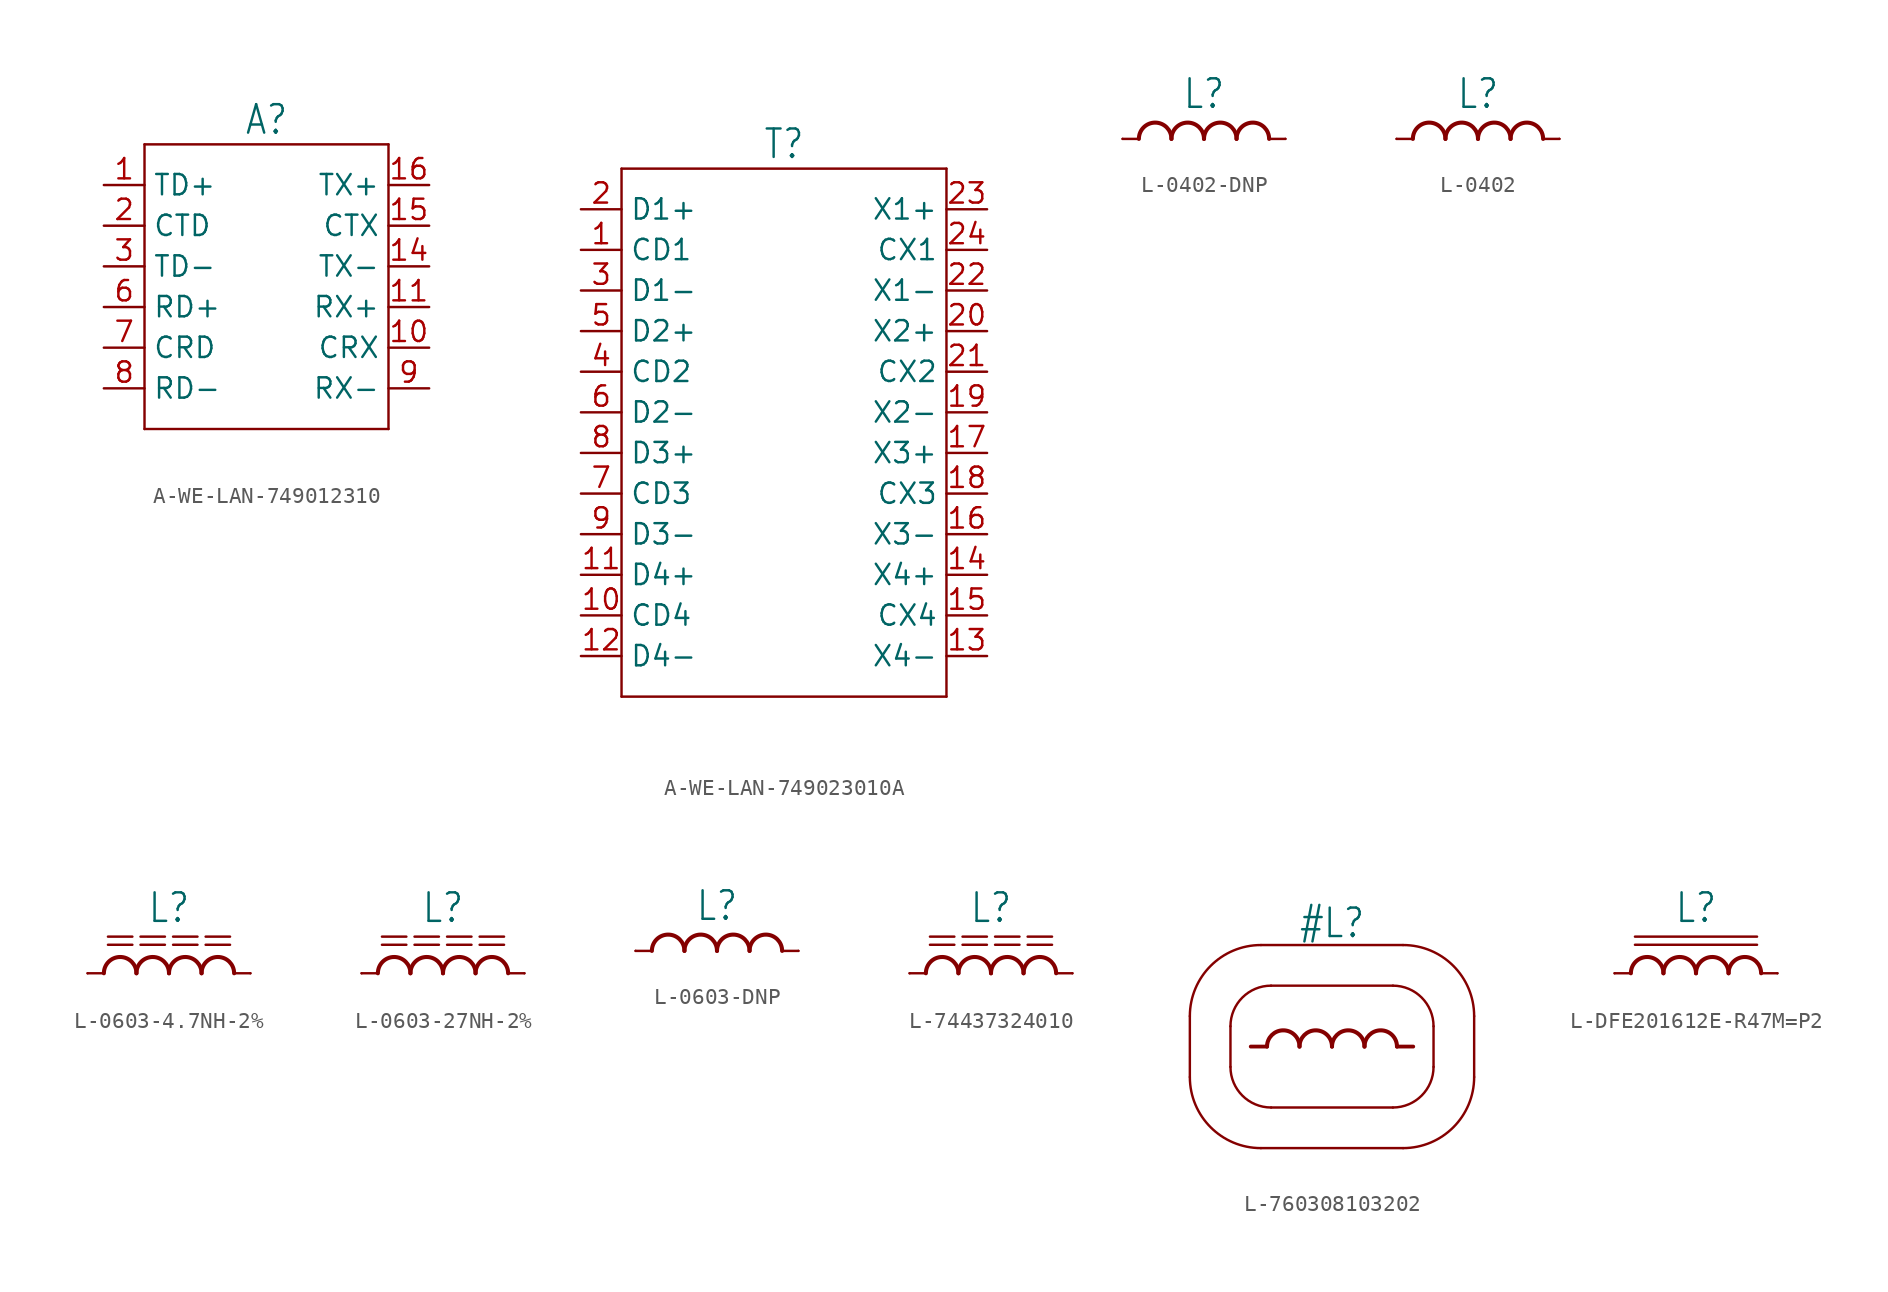
<source format=kicad_sym>
(kicad_symbol_lib
  (version 20231120)
  (generator "kicad_symbol_editor")
  (generator_version "8.0")
  (symbol "A-WE-LAN-749012310"
    (property "Reference" "A"
      (at 0 8.128 0)
      (effects (font (size 1.778 1.511)) (justify bottom)))
    (property "Value" ""
      (at 0 -10.668 0)
      (effects (font (size 1.676 1.425)) (justify top)))
    (property "ki_locked" ""
      (at 0 0 0)
      (effects (font (size 1.27 1.27))))
    (symbol "A-WE-LAN-749012310_1_0"
      (polyline (pts (xy -7.62 -10.16) (xy -7.62 7.62)) (stroke (width 0.152) (type solid)) (fill (type none)))
      (polyline (pts (xy -7.62 7.62) (xy 7.62 7.62)) (stroke (width 0.152) (type solid)) (fill (type none)))
      (polyline (pts (xy 7.62 -10.16) (xy -7.62 -10.16)) (stroke (width 0.152) (type solid)) (fill (type none)))
      (polyline (pts (xy 7.62 7.62) (xy 7.62 -10.16)) (stroke (width 0.152) (type solid)) (fill (type none)))
      (pin bidirectional line (at -10.16 5.08 0) (length 2.54) (name "TD+" (effects (font (size 1.27 1.27)))) (number "1" (effects (font (size 1.27 1.27)))))
      (pin bidirectional line (at 10.16 -5.08 180) (length 2.54) (name "CRX" (effects (font (size 1.27 1.27)))) (number "10" (effects (font (size 1.27 1.27)))))
      (pin bidirectional line (at 10.16 -2.54 180) (length 2.54) (name "RX+" (effects (font (size 1.27 1.27)))) (number "11" (effects (font (size 1.27 1.27)))))
      (pin bidirectional line (at 10.16 0 180) (length 2.54) (name "TX-" (effects (font (size 1.27 1.27)))) (number "14" (effects (font (size 1.27 1.27)))))
      (pin bidirectional line (at 10.16 2.54 180) (length 2.54) (name "CTX" (effects (font (size 1.27 1.27)))) (number "15" (effects (font (size 1.27 1.27)))))
      (pin bidirectional line (at 10.16 5.08 180) (length 2.54) (name "TX+" (effects (font (size 1.27 1.27)))) (number "16" (effects (font (size 1.27 1.27)))))
      (pin bidirectional line (at -10.16 2.54 0) (length 2.54) (name "CTD" (effects (font (size 1.27 1.27)))) (number "2" (effects (font (size 1.27 1.27)))))
      (pin bidirectional line (at -10.16 0 0) (length 2.54) (name "TD-" (effects (font (size 1.27 1.27)))) (number "3" (effects (font (size 1.27 1.27)))))
      (pin bidirectional line (at -10.16 -2.54 0) (length 2.54) (name "RD+" (effects (font (size 1.27 1.27)))) (number "6" (effects (font (size 1.27 1.27)))))
      (pin bidirectional line (at -10.16 -5.08 0) (length 2.54) (name "CRD" (effects (font (size 1.27 1.27)))) (number "7" (effects (font (size 1.27 1.27)))))
      (pin bidirectional line (at -10.16 -7.62 0) (length 2.54) (name "RD-" (effects (font (size 1.27 1.27)))) (number "8" (effects (font (size 1.27 1.27)))))
      (pin bidirectional line (at 10.16 -7.62 180) (length 2.54) (name "RX-" (effects (font (size 1.27 1.27)))) (number "9" (effects (font (size 1.27 1.27)))))))
  (symbol "A-WE-LAN-749023010A"
    (property "Reference" "T"
      (at 0 15.748 0)
      (effects (font (size 1.778 1.511)) (justify bottom)))
    (property "Value" ""
      (at 0 -18.288 0)
      (effects (font (size 1.676 1.425)) (justify top)))
    (property "ki_locked" ""
      (at 0 0 0)
      (effects (font (size 1.27 1.27))))
    (symbol "A-WE-LAN-749023010A_1_0"
      (polyline (pts (xy -10.16 -17.78) (xy -10.16 15.24)) (stroke (width 0.152) (type solid)) (fill (type none)))
      (polyline (pts (xy -10.16 15.24) (xy 10.16 15.24)) (stroke (width 0.152) (type solid)) (fill (type none)))
      (polyline (pts (xy 10.16 -17.78) (xy -10.16 -17.78)) (stroke (width 0.152) (type solid)) (fill (type none)))
      (polyline (pts (xy 10.16 15.24) (xy 10.16 -17.78)) (stroke (width 0.152) (type solid)) (fill (type none)))
      (pin bidirectional line (at -12.7 10.16 0) (length 2.54) (name "CD1" (effects (font (size 1.27 1.27)))) (number "1" (effects (font (size 1.27 1.27)))))
      (pin bidirectional line (at -12.7 -12.7 0) (length 2.54) (name "CD4" (effects (font (size 1.27 1.27)))) (number "10" (effects (font (size 1.27 1.27)))))
      (pin bidirectional line (at -12.7 -10.16 0) (length 2.54) (name "D4+" (effects (font (size 1.27 1.27)))) (number "11" (effects (font (size 1.27 1.27)))))
      (pin bidirectional line (at -12.7 -15.24 0) (length 2.54) (name "D4-" (effects (font (size 1.27 1.27)))) (number "12" (effects (font (size 1.27 1.27)))))
      (pin bidirectional line (at 12.7 -15.24 180) (length 2.54) (name "X4-" (effects (font (size 1.27 1.27)))) (number "13" (effects (font (size 1.27 1.27)))))
      (pin bidirectional line (at 12.7 -10.16 180) (length 2.54) (name "X4+" (effects (font (size 1.27 1.27)))) (number "14" (effects (font (size 1.27 1.27)))))
      (pin bidirectional line (at 12.7 -12.7 180) (length 2.54) (name "CX4" (effects (font (size 1.27 1.27)))) (number "15" (effects (font (size 1.27 1.27)))))
      (pin bidirectional line (at 12.7 -7.62 180) (length 2.54) (name "X3-" (effects (font (size 1.27 1.27)))) (number "16" (effects (font (size 1.27 1.27)))))
      (pin bidirectional line (at 12.7 -2.54 180) (length 2.54) (name "X3+" (effects (font (size 1.27 1.27)))) (number "17" (effects (font (size 1.27 1.27)))))
      (pin bidirectional line (at 12.7 -5.08 180) (length 2.54) (name "CX3" (effects (font (size 1.27 1.27)))) (number "18" (effects (font (size 1.27 1.27)))))
      (pin bidirectional line (at 12.7 0 180) (length 2.54) (name "X2-" (effects (font (size 1.27 1.27)))) (number "19" (effects (font (size 1.27 1.27)))))
      (pin bidirectional line (at -12.7 12.7 0) (length 2.54) (name "D1+" (effects (font (size 1.27 1.27)))) (number "2" (effects (font (size 1.27 1.27)))))
      (pin bidirectional line (at 12.7 5.08 180) (length 2.54) (name "X2+" (effects (font (size 1.27 1.27)))) (number "20" (effects (font (size 1.27 1.27)))))
      (pin bidirectional line (at 12.7 2.54 180) (length 2.54) (name "CX2" (effects (font (size 1.27 1.27)))) (number "21" (effects (font (size 1.27 1.27)))))
      (pin bidirectional line (at 12.7 7.62 180) (length 2.54) (name "X1-" (effects (font (size 1.27 1.27)))) (number "22" (effects (font (size 1.27 1.27)))))
      (pin bidirectional line (at 12.7 12.7 180) (length 2.54) (name "X1+" (effects (font (size 1.27 1.27)))) (number "23" (effects (font (size 1.27 1.27)))))
      (pin bidirectional line (at 12.7 10.16 180) (length 2.54) (name "CX1" (effects (font (size 1.27 1.27)))) (number "24" (effects (font (size 1.27 1.27)))))
      (pin bidirectional line (at -12.7 7.62 0) (length 2.54) (name "D1-" (effects (font (size 1.27 1.27)))) (number "3" (effects (font (size 1.27 1.27)))))
      (pin bidirectional line (at -12.7 2.54 0) (length 2.54) (name "CD2" (effects (font (size 1.27 1.27)))) (number "4" (effects (font (size 1.27 1.27)))))
      (pin bidirectional line (at -12.7 5.08 0) (length 2.54) (name "D2+" (effects (font (size 1.27 1.27)))) (number "5" (effects (font (size 1.27 1.27)))))
      (pin bidirectional line (at -12.7 0 0) (length 2.54) (name "D2-" (effects (font (size 1.27 1.27)))) (number "6" (effects (font (size 1.27 1.27)))))
      (pin bidirectional line (at -12.7 -5.08 0) (length 2.54) (name "CD3" (effects (font (size 1.27 1.27)))) (number "7" (effects (font (size 1.27 1.27)))))
      (pin bidirectional line (at -12.7 -2.54 0) (length 2.54) (name "D3+" (effects (font (size 1.27 1.27)))) (number "8" (effects (font (size 1.27 1.27)))))
      (pin bidirectional line (at -12.7 -7.62 0) (length 2.54) (name "D3-" (effects (font (size 1.27 1.27)))) (number "9" (effects (font (size 1.27 1.27)))))))
  (symbol "L-0402-DNP"
    (property "Reference" "L"
      (at 0 1.778 0)
      (effects (font (size 1.778 1.511)) (justify bottom)))
    (property "Value" ""
      (at 0 -0.762 0)
      (effects (font (size 1.778 1.511)) (justify top)))
    (property "ki_locked" ""
      (at 0 0 0)
      (effects (font (size 1.27 1.27))))
    (symbol "L-0402-DNP_1_0"
      (arc (start -2.032 0) (mid -3.048 1.016) (end -4.064 0) (stroke (width 0.254) (type solid)) (fill (type none)))
      (arc (start 0 0) (mid -1.016 1.016) (end -2.032 0) (stroke (width 0.254) (type solid)) (fill (type none)))
      (polyline (pts (xy -5.08 0) (xy -4.064 0)) (stroke (width 0.152) (type solid)) (fill (type none)))
      (polyline (pts (xy 4.064 0) (xy 5.08 0)) (stroke (width 0.152) (type solid)) (fill (type none)))
      (arc (start 2.032 0) (mid 1.016 1.016) (end 0 0) (stroke (width 0.254) (type solid)) (fill (type none)))
      (arc (start 4.064 0) (mid 3.048 1.016) (end 2.032 0) (stroke (width 0.254) (type solid)) (fill (type none)))
      (pin passive line (at -5.08 0 0) (length 0) (name "1" (effects (font (size 0 0)))) (number "1" (effects (font (size 0 0)))))
      (pin passive line (at 5.08 0 180) (length 0) (name "2" (effects (font (size 0 0)))) (number "2" (effects (font (size 0 0)))))))
  (symbol "L-0402"
    (property "Reference" "L"
      (at 0 1.778 0)
      (effects (font (size 1.778 1.511)) (justify bottom)))
    (property "Value" ""
      (at 0 -0.762 0)
      (effects (font (size 1.778 1.511)) (justify top)))
    (property "ki_locked" ""
      (at 0 0 0)
      (effects (font (size 1.27 1.27))))
    (symbol "L-0402_1_0"
      (arc (start -2.032 0) (mid -3.048 1.016) (end -4.064 0) (stroke (width 0.254) (type solid)) (fill (type none)))
      (arc (start 0 0) (mid -1.016 1.016) (end -2.032 0) (stroke (width 0.254) (type solid)) (fill (type none)))
      (polyline (pts (xy -5.08 0) (xy -4.064 0)) (stroke (width 0.152) (type solid)) (fill (type none)))
      (polyline (pts (xy 4.064 0) (xy 5.08 0)) (stroke (width 0.152) (type solid)) (fill (type none)))
      (arc (start 2.032 0) (mid 1.016 1.016) (end 0 0) (stroke (width 0.254) (type solid)) (fill (type none)))
      (arc (start 4.064 0) (mid 3.048 1.016) (end 2.032 0) (stroke (width 0.254) (type solid)) (fill (type none)))
      (pin passive line (at -5.08 0 0) (length 0) (name "1" (effects (font (size 0 0)))) (number "1" (effects (font (size 0 0)))))
      (pin passive line (at 5.08 0 180) (length 0) (name "2" (effects (font (size 0 0)))) (number "2" (effects (font (size 0 0)))))))
  (symbol "L-0603-4.7NH-2%"
    (property "Reference" "L"
      (at 0 3.048 0)
      (effects (font (size 1.778 1.511)) (justify bottom)))
    (property "Value" ""
      (at 0 -0.762 0)
      (effects (font (size 1.778 1.511)) (justify top)))
    (property "ki_locked" ""
      (at 0 0 0)
      (effects (font (size 1.27 1.27))))
    (symbol "L-0603-4.7NH-2%_1_0"
      (arc (start -2.032 0) (mid -3.048 1.016) (end -4.064 0) (stroke (width 0.254) (type solid)) (fill (type none)))
      (arc (start 0 0) (mid -1.016 1.016) (end -2.032 0) (stroke (width 0.254) (type solid)) (fill (type none)))
      (polyline (pts (xy -5.08 0) (xy -4.064 0)) (stroke (width 0.152) (type solid)) (fill (type none)))
      (polyline (pts (xy -3.81 1.778) (xy -2.286 1.778)) (stroke (width 0.152) (type solid)) (fill (type none)))
      (polyline (pts (xy -3.81 2.286) (xy -2.286 2.286)) (stroke (width 0.152) (type solid)) (fill (type none)))
      (polyline (pts (xy -1.778 1.778) (xy -0.254 1.778)) (stroke (width 0.152) (type solid)) (fill (type none)))
      (polyline (pts (xy -1.778 2.286) (xy -0.254 2.286)) (stroke (width 0.152) (type solid)) (fill (type none)))
      (polyline (pts (xy 0.254 1.778) (xy 1.778 1.778)) (stroke (width 0.152) (type solid)) (fill (type none)))
      (polyline (pts (xy 0.254 2.286) (xy 1.778 2.286)) (stroke (width 0.152) (type solid)) (fill (type none)))
      (polyline (pts (xy 2.286 1.778) (xy 3.81 1.778)) (stroke (width 0.152) (type solid)) (fill (type none)))
      (polyline (pts (xy 2.286 2.286) (xy 3.81 2.286)) (stroke (width 0.152) (type solid)) (fill (type none)))
      (polyline (pts (xy 4.064 0) (xy 5.08 0)) (stroke (width 0.152) (type solid)) (fill (type none)))
      (arc (start 2.032 0) (mid 1.016 1.016) (end 0 0) (stroke (width 0.254) (type solid)) (fill (type none)))
      (arc (start 4.064 0) (mid 3.048 1.016) (end 2.032 0) (stroke (width 0.254) (type solid)) (fill (type none)))
      (pin passive line (at -5.08 0 0) (length 0) (name "1" (effects (font (size 0 0)))) (number "1" (effects (font (size 0 0)))))
      (pin passive line (at 5.08 0 180) (length 0) (name "2" (effects (font (size 0 0)))) (number "2" (effects (font (size 0 0)))))))
  (symbol "L-0603-27NH-2%"
    (property "Reference" "L"
      (at 0 3.048 0)
      (effects (font (size 1.778 1.511)) (justify bottom)))
    (property "Value" ""
      (at 0 -0.762 0)
      (effects (font (size 1.778 1.511)) (justify top)))
    (property "ki_locked" ""
      (at 0 0 0)
      (effects (font (size 1.27 1.27))))
    (symbol "L-0603-27NH-2%_1_0"
      (arc (start -2.032 0) (mid -3.048 1.016) (end -4.064 0) (stroke (width 0.254) (type solid)) (fill (type none)))
      (arc (start 0 0) (mid -1.016 1.016) (end -2.032 0) (stroke (width 0.254) (type solid)) (fill (type none)))
      (polyline (pts (xy -5.08 0) (xy -4.064 0)) (stroke (width 0.152) (type solid)) (fill (type none)))
      (polyline (pts (xy -3.81 1.778) (xy -2.286 1.778)) (stroke (width 0.152) (type solid)) (fill (type none)))
      (polyline (pts (xy -3.81 2.286) (xy -2.286 2.286)) (stroke (width 0.152) (type solid)) (fill (type none)))
      (polyline (pts (xy -1.778 1.778) (xy -0.254 1.778)) (stroke (width 0.152) (type solid)) (fill (type none)))
      (polyline (pts (xy -1.778 2.286) (xy -0.254 2.286)) (stroke (width 0.152) (type solid)) (fill (type none)))
      (polyline (pts (xy 0.254 1.778) (xy 1.778 1.778)) (stroke (width 0.152) (type solid)) (fill (type none)))
      (polyline (pts (xy 0.254 2.286) (xy 1.778 2.286)) (stroke (width 0.152) (type solid)) (fill (type none)))
      (polyline (pts (xy 2.286 1.778) (xy 3.81 1.778)) (stroke (width 0.152) (type solid)) (fill (type none)))
      (polyline (pts (xy 2.286 2.286) (xy 3.81 2.286)) (stroke (width 0.152) (type solid)) (fill (type none)))
      (polyline (pts (xy 4.064 0) (xy 5.08 0)) (stroke (width 0.152) (type solid)) (fill (type none)))
      (arc (start 2.032 0) (mid 1.016 1.016) (end 0 0) (stroke (width 0.254) (type solid)) (fill (type none)))
      (arc (start 4.064 0) (mid 3.048 1.016) (end 2.032 0) (stroke (width 0.254) (type solid)) (fill (type none)))
      (pin passive line (at -5.08 0 0) (length 0) (name "1" (effects (font (size 0 0)))) (number "1" (effects (font (size 0 0)))))
      (pin passive line (at 5.08 0 180) (length 0) (name "2" (effects (font (size 0 0)))) (number "2" (effects (font (size 0 0)))))))
  (symbol "L-0603-DNP"
    (property "Reference" "L"
      (at 0 1.778 0)
      (effects (font (size 1.778 1.511)) (justify bottom)))
    (property "Value" ""
      (at 0 -0.762 0)
      (effects (font (size 1.778 1.511)) (justify top)))
    (property "ki_locked" ""
      (at 0 0 0)
      (effects (font (size 1.27 1.27))))
    (symbol "L-0603-DNP_1_0"
      (arc (start -2.032 0) (mid -3.048 1.016) (end -4.064 0) (stroke (width 0.254) (type solid)) (fill (type none)))
      (arc (start 0 0) (mid -1.016 1.016) (end -2.032 0) (stroke (width 0.254) (type solid)) (fill (type none)))
      (polyline (pts (xy -5.08 0) (xy -4.064 0)) (stroke (width 0.152) (type solid)) (fill (type none)))
      (polyline (pts (xy 4.064 0) (xy 5.08 0)) (stroke (width 0.152) (type solid)) (fill (type none)))
      (arc (start 2.032 0) (mid 1.016 1.016) (end 0 0) (stroke (width 0.254) (type solid)) (fill (type none)))
      (arc (start 4.064 0) (mid 3.048 1.016) (end 2.032 0) (stroke (width 0.254) (type solid)) (fill (type none)))
      (pin passive line (at -5.08 0 0) (length 0) (name "1" (effects (font (size 0 0)))) (number "1" (effects (font (size 0 0)))))
      (pin passive line (at 5.08 0 180) (length 0) (name "2" (effects (font (size 0 0)))) (number "2" (effects (font (size 0 0)))))))
  (symbol "L-74437324010"
    (property "Reference" "L"
      (at 0 3.048 0)
      (effects (font (size 1.778 1.511)) (justify bottom)))
    (property "Value" ""
      (at 0 -0.762 0)
      (effects (font (size 1.778 1.511)) (justify top)))
    (property "ki_locked" ""
      (at 0 0 0)
      (effects (font (size 1.27 1.27))))
    (symbol "L-74437324010_1_0"
      (arc (start -2.032 0) (mid -3.048 1.016) (end -4.064 0) (stroke (width 0.254) (type solid)) (fill (type none)))
      (arc (start 0 0) (mid -1.016 1.016) (end -2.032 0) (stroke (width 0.254) (type solid)) (fill (type none)))
      (polyline (pts (xy -5.08 0) (xy -4.064 0)) (stroke (width 0.152) (type solid)) (fill (type none)))
      (polyline (pts (xy -3.81 1.778) (xy -2.286 1.778)) (stroke (width 0.152) (type solid)) (fill (type none)))
      (polyline (pts (xy -3.81 2.286) (xy -2.286 2.286)) (stroke (width 0.152) (type solid)) (fill (type none)))
      (polyline (pts (xy -1.778 1.778) (xy -0.254 1.778)) (stroke (width 0.152) (type solid)) (fill (type none)))
      (polyline (pts (xy -1.778 2.286) (xy -0.254 2.286)) (stroke (width 0.152) (type solid)) (fill (type none)))
      (polyline (pts (xy 0.254 1.778) (xy 1.778 1.778)) (stroke (width 0.152) (type solid)) (fill (type none)))
      (polyline (pts (xy 0.254 2.286) (xy 1.778 2.286)) (stroke (width 0.152) (type solid)) (fill (type none)))
      (polyline (pts (xy 2.286 1.778) (xy 3.81 1.778)) (stroke (width 0.152) (type solid)) (fill (type none)))
      (polyline (pts (xy 2.286 2.286) (xy 3.81 2.286)) (stroke (width 0.152) (type solid)) (fill (type none)))
      (polyline (pts (xy 4.064 0) (xy 5.08 0)) (stroke (width 0.152) (type solid)) (fill (type none)))
      (arc (start 2.032 0) (mid 1.016 1.016) (end 0 0) (stroke (width 0.254) (type solid)) (fill (type none)))
      (arc (start 4.064 0) (mid 3.048 1.016) (end 2.032 0) (stroke (width 0.254) (type solid)) (fill (type none)))
      (pin passive line (at -5.08 0 0) (length 0) (name "1" (effects (font (size 0 0)))) (number "1" (effects (font (size 0 0)))))
      (pin passive line (at 5.08 0 180) (length 0) (name "2" (effects (font (size 0 0)))) (number "2" (effects (font (size 0 0)))))))
  (symbol "L-760308103202"
    (property "Reference" "#L"
      (at 0 6.69 0)
      (effects (font (size 1.778 1.511)) (justify bottom)))
    (property "Value" ""
      (at 0 -6.69 0)
      (effects (font (size 1.778 1.511)) (justify top)))
    (property "ki_locked" ""
      (at 0 0 0)
      (effects (font (size 1.27 1.27))))
    (symbol "L-760308103202_1_0"
      (arc (start -8.8901 -1.9049) (mid -7.5882 -5.0481) (end -4.445 -6.35) (stroke (width 0.1524) (type solid)) (fill (type none)))
      (arc (start -6.3501 -1.2699) (mid -5.6061 -3.066) (end -3.81 -3.81) (stroke (width 0.1524) (type solid)) (fill (type none)))
      (arc (start -4.4449 6.3499) (mid -7.588 5.0481) (end -8.89 1.905) (stroke (width 0.1524) (type solid)) (fill (type none)))
      (arc (start -3.81 3.81) (mid -5.6061 3.066) (end -6.3501 1.2699) (stroke (width 0.1524) (type solid)) (fill (type none)))
      (arc (start -2.032 0) (mid -3.048 1.016) (end -4.064 0) (stroke (width 0.254) (type solid)) (fill (type none)))
      (arc (start 0 0) (mid -1.016 1.016) (end -2.032 0) (stroke (width 0.254) (type solid)) (fill (type none)))
      (polyline (pts (xy -8.89 -1.905) (xy -8.89 1.905)) (stroke (width 0.152) (type solid)) (fill (type none)))
      (polyline (pts (xy -6.35 1.27) (xy -6.35 -1.27)) (stroke (width 0.152) (type solid)) (fill (type none)))
      (polyline (pts (xy -5.08 0) (xy -4.064 0)) (stroke (width 0.24) (type solid)) (fill (type none)))
      (polyline (pts (xy -4.445 -6.35) (xy 4.445 -6.35)) (stroke (width 0.152) (type solid)) (fill (type none)))
      (polyline (pts (xy -4.445 6.35) (xy 4.445 6.35)) (stroke (width 0.152) (type solid)) (fill (type none)))
      (polyline (pts (xy -3.81 -3.81) (xy 3.81 -3.81)) (stroke (width 0.152) (type solid)) (fill (type none)))
      (polyline (pts (xy 3.81 3.81) (xy -3.81 3.81)) (stroke (width 0.152) (type solid)) (fill (type none)))
      (polyline (pts (xy 4.064 0) (xy 5.08 0)) (stroke (width 0.24) (type solid)) (fill (type none)))
      (polyline (pts (xy 6.35 -1.27) (xy 6.35 1.27)) (stroke (width 0.152) (type solid)) (fill (type none)))
      (polyline (pts (xy 8.89 1.905) (xy 8.89 -1.905)) (stroke (width 0.152) (type solid)) (fill (type none)))
      (arc (start 2.032 0) (mid 1.016 1.016) (end 0 0) (stroke (width 0.254) (type solid)) (fill (type none)))
      (arc (start 3.81 -3.81) (mid 5.6061 -3.066) (end 6.3501 -1.2699) (stroke (width 0.1524) (type solid)) (fill (type none)))
      (arc (start 4.064 0) (mid 3.048 1.016) (end 2.032 0) (stroke (width 0.254) (type solid)) (fill (type none)))
      (arc (start 4.4449 -6.3499) (mid 7.588 -5.0481) (end 8.89 -1.905) (stroke (width 0.1524) (type solid)) (fill (type none)))
      (arc (start 6.35 1.27) (mid 5.606 3.066) (end 3.8099 3.8099) (stroke (width 0.1524) (type solid)) (fill (type none)))
      (arc (start 8.8901 1.9049) (mid 7.5882 5.0481) (end 4.445 6.35) (stroke (width 0.1524) (type solid)) (fill (type none)))))
  (symbol "L-DFE201612E-R47M=P2"
    (property "Reference" "L"
      (at 0 3.048 0)
      (effects (font (size 1.778 1.511)) (justify bottom)))
    (property "Value" ""
      (at 0 -0.762 0)
      (effects (font (size 1.778 1.511)) (justify top)))
    (property "ki_locked" ""
      (at 0 0 0)
      (effects (font (size 1.27 1.27))))
    (symbol "L-DFE201612E-R47M=P2_1_0"
      (arc (start -2.032 0) (mid -3.048 1.016) (end -4.064 0) (stroke (width 0.254) (type solid)) (fill (type none)))
      (arc (start 0 0) (mid -1.016 1.016) (end -2.032 0) (stroke (width 0.254) (type solid)) (fill (type none)))
      (polyline (pts (xy -5.08 0) (xy -4.064 0)) (stroke (width 0.152) (type solid)) (fill (type none)))
      (polyline (pts (xy -3.81 1.778) (xy 3.81 1.778)) (stroke (width 0.152) (type solid)) (fill (type none)))
      (polyline (pts (xy -3.81 2.286) (xy 3.81 2.286)) (stroke (width 0.152) (type solid)) (fill (type none)))
      (polyline (pts (xy 4.064 0) (xy 5.08 0)) (stroke (width 0.152) (type solid)) (fill (type none)))
      (arc (start 2.032 0) (mid 1.016 1.016) (end 0 0) (stroke (width 0.254) (type solid)) (fill (type none)))
      (arc (start 4.064 0) (mid 3.048 1.016) (end 2.032 0) (stroke (width 0.254) (type solid)) (fill (type none)))
      (pin passive line (at -5.08 0 0) (length 0) (name "1" (effects (font (size 0 0)))) (number "1" (effects (font (size 0 0)))))
      (pin passive line (at 5.08 0 180) (length 0) (name "2" (effects (font (size 0 0)))) (number "2" (effects (font (size 0 0))))))))
</source>
